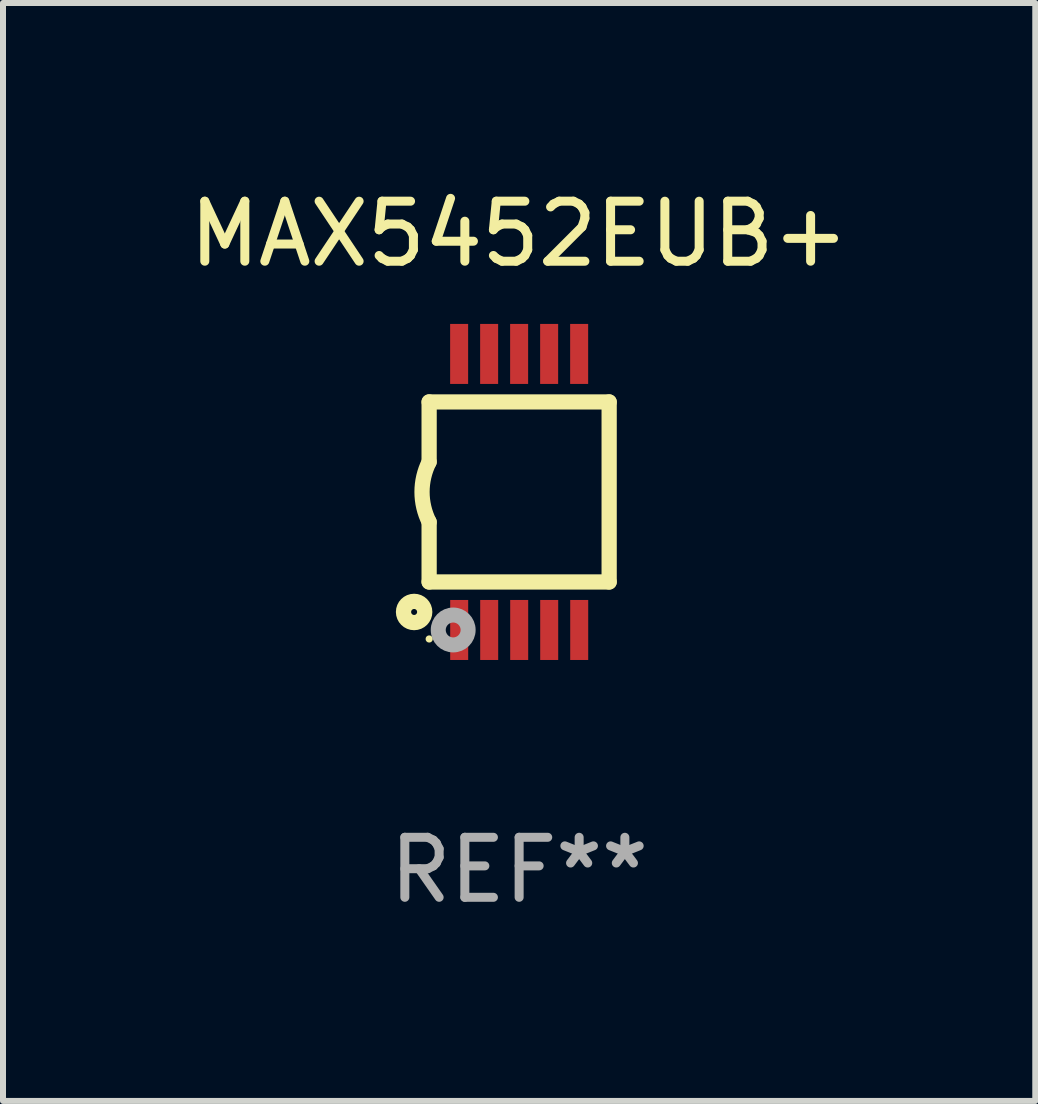
<source format=kicad_pcb>
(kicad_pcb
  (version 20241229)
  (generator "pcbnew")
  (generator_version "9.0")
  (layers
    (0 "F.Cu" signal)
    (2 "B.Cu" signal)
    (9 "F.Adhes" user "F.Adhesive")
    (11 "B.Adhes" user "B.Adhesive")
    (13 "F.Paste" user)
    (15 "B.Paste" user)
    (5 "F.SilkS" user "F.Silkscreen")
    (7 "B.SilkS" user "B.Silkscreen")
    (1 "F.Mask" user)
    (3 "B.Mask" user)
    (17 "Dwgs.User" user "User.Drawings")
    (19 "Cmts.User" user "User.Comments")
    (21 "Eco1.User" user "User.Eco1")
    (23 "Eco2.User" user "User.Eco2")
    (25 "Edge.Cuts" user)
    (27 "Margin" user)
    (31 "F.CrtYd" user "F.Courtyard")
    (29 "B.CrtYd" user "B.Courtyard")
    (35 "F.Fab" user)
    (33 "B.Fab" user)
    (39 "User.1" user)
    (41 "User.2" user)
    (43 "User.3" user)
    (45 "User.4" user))
  (footprint "MAX5452EUB+"
    (layer "F.Cu")
    (at 5.601 5.148)
    (property "Reference" "MAX5452EUB+" (at 0 -4.3 0) (layer "F.SilkS") (effects (font (size 1 1) (thickness 0.15))))
    (attr through_hole)
    (fp_line (start -1.5 -1.5) (end -1.5 -0.5) (stroke (width 0.254) (type solid)) (layer "F.SilkS"))
    (fp_line (start -1.5 1.5) (end -1.5 0.5) (stroke (width 0.254) (type solid)) (layer "F.SilkS"))
    (fp_line (start -1.5 1.5) (end 1.5 1.5) (stroke (width 0.254) (type solid)) (layer "F.SilkS"))
    (fp_line (start 1.5 1.5) (end 1.5 -1.5) (stroke (width 0.254) (type solid)) (layer "F.SilkS"))
    (fp_line (start 1.5 -1.5) (end -1.5 -1.5) (stroke (width 0.254) (type solid)) (layer "F.SilkS"))
    (fp_arc (start -1.500165 0.5) (mid -1.618199 0) (end -1.500165 -0.5) (stroke (width 0.254001) (type solid)) (layer "F.SilkS"))
    (fp_circle (center -1.75 2) (end -1.573 2) (stroke (width 0.254) (type solid)) (fill no) (layer "F.SilkS"))
    (fp_circle (center -1.499 2.45) (end -1.469 2.45) (stroke (width 0.06) (type solid)) (fill no) (layer "F.SilkS"))
    (fp_circle (center -1.099 2.3) (end -0.975 2.3) (stroke (width 0.25) (type solid)) (fill no) (layer "F.Fab"))
    (fp_text user "REF**" (at 0 6.3 0) (layer "F.Fab") (effects (font (size 1 1) (thickness 0.15))))
    (pad "1" smd rect (at -0.999 2.3 180) (size 0.3 1) (layers "F.Cu" "F.Mask" "F.Paste"))
    (pad "2" smd rect (at -0.499 2.3 180) (size 0.3 1) (layers "F.Cu" "F.Mask" "F.Paste"))
    (pad "3" smd rect (at 0.001 2.3 180) (size 0.3 1) (layers "F.Cu" "F.Mask" "F.Paste"))
    (pad "4" smd rect (at 0.501 2.3 180) (size 0.3 1) (layers "F.Cu" "F.Mask" "F.Paste"))
    (pad "5" smd rect (at 1.001 2.3 180) (size 0.3 1) (layers "F.Cu" "F.Mask" "F.Paste"))
    (pad "6" smd rect (at 1 -2.3 180) (size 0.3 1) (layers "F.Cu" "F.Mask" "F.Paste"))
    (pad "7" smd rect (at 0.5 -2.3 180) (size 0.3 1) (layers "F.Cu" "F.Mask" "F.Paste"))
    (pad "8" smd rect (at -0.000165 -2.3 180) (size 0.3 1) (layers "F.Cu" "F.Mask" "F.Paste"))
    (pad "9" smd rect (at -0.5 -2.3 180) (size 0.3 1) (layers "F.Cu" "F.Mask" "F.Paste"))
    (pad "10" smd rect (at -1 -2.3 180) (size 0.3 1) (layers "F.Cu" "F.Mask" "F.Paste")))
  (gr_rect
    (start -3 -3)
    (end 14.202 15.296)
    (stroke (width 0.1) (type default))
    (fill no)
    (layer "Edge.Cuts")))
</source>
